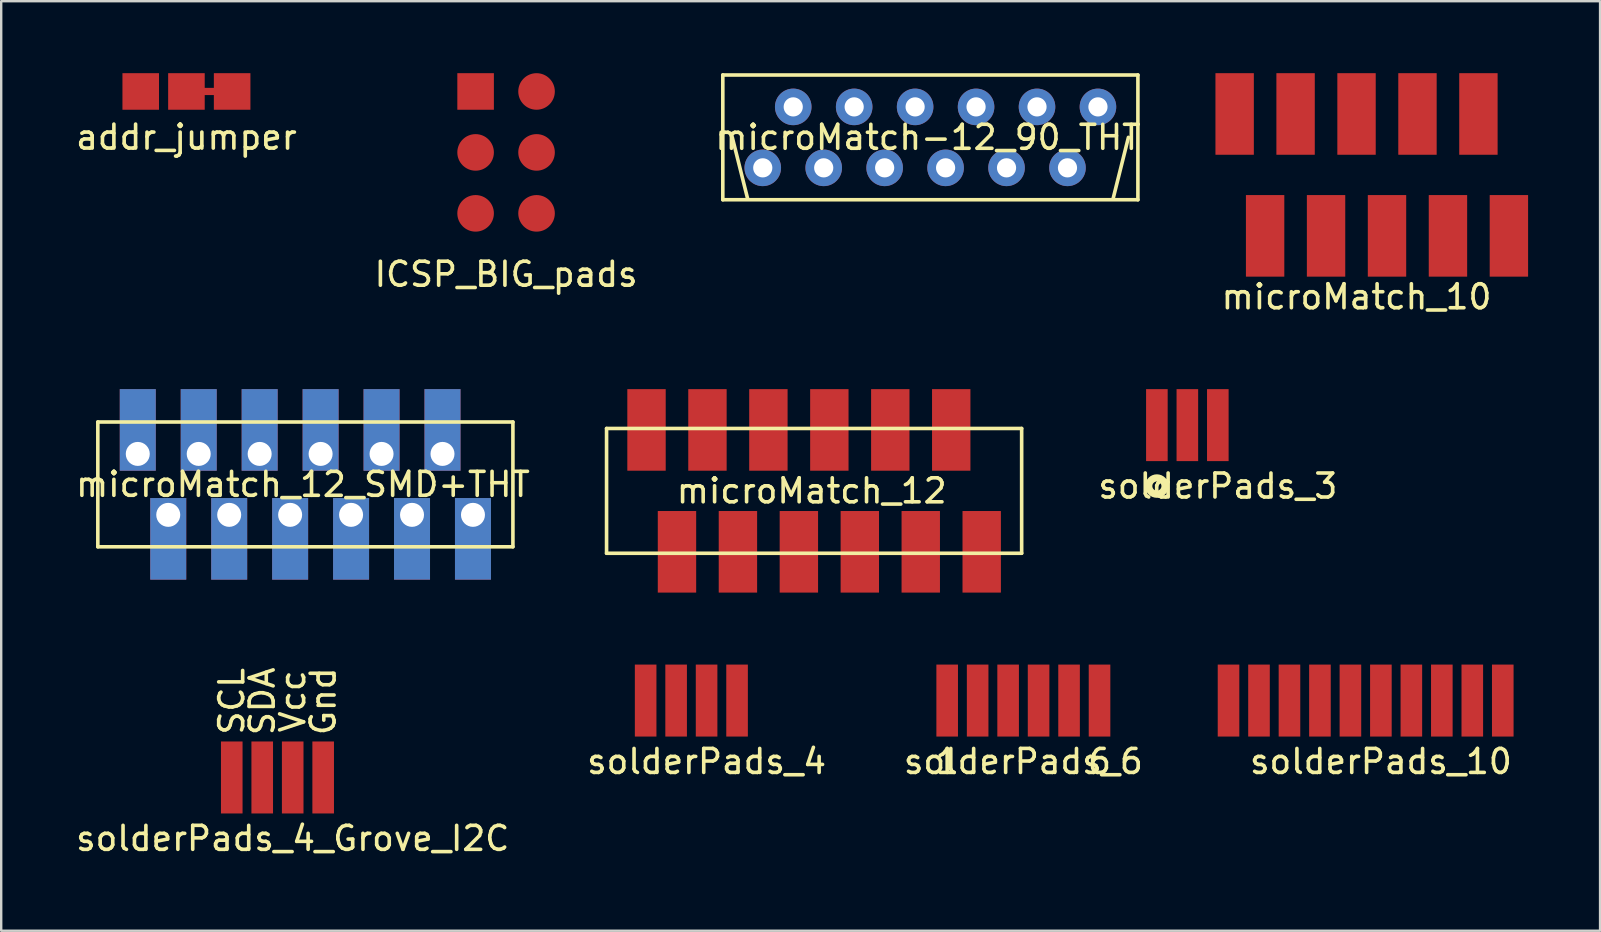
<source format=kicad_pcb>
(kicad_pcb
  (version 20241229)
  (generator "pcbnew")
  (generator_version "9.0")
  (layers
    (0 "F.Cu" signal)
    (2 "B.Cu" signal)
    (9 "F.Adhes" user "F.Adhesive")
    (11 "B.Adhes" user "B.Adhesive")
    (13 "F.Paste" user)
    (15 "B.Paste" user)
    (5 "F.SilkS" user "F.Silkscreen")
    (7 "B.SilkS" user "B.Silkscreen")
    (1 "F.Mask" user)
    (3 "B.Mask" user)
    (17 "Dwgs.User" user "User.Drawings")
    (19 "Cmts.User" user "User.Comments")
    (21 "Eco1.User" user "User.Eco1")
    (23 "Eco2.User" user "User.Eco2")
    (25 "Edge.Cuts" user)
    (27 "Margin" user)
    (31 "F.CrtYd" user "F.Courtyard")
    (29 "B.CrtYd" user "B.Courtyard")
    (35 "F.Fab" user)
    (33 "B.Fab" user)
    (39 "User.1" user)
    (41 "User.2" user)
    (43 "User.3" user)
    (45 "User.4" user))
  (footprint "microMatch_12"
    (layer "F.Cu")
    (at 30.88 17.408)
    (property "Reference" "microMatch_12" (at -0.1 0 0) (layer "F.SilkS") (effects (font (size 1 1) (thickness 0.15))))
    (attr through_hole)
    (fp_line (start -8.65 2.6) (end -8.65 -2.6) (stroke (width 0.15) (type solid)) (layer "F.SilkS"))
    (fp_line (start -8.65 2.6) (end 8.65 2.6) (stroke (width 0.15) (type solid)) (layer "F.SilkS"))
    (fp_line (start 8.65 -2.6) (end -8.65 -2.6) (stroke (width 0.15) (type solid)) (layer "F.SilkS"))
    (fp_line (start 8.65 -2.6) (end 8.65 2.6) (stroke (width 0.15) (type solid)) (layer "F.SilkS"))
    (pad "1" smd rect (at -6.985 -2.54) (size 1.6 3.4) (layers "F.Cu" "F.Mask" "F.Paste"))
    (pad "2" smd rect (at -5.715 2.54) (size 1.6 3.4) (layers "F.Cu" "F.Mask" "F.Paste"))
    (pad "3" smd rect (at -4.445 -2.54) (size 1.6 3.4) (layers "F.Cu" "F.Mask" "F.Paste"))
    (pad "4" smd rect (at -3.175 2.54) (size 1.6 3.4) (layers "F.Cu" "F.Mask" "F.Paste"))
    (pad "5" smd rect (at -1.905 -2.54) (size 1.6 3.4) (layers "F.Cu" "F.Mask" "F.Paste"))
    (pad "6" smd rect (at -0.635 2.54) (size 1.6 3.4) (layers "F.Cu" "F.Mask" "F.Paste"))
    (pad "7" smd rect (at 0.635 -2.54) (size 1.6 3.4) (layers "F.Cu" "F.Mask" "F.Paste"))
    (pad "8" smd rect (at 1.905 2.54) (size 1.6 3.4) (layers "F.Cu" "F.Mask" "F.Paste"))
    (pad "9" smd rect (at 3.175 -2.54) (size 1.6 3.4) (layers "F.Cu" "F.Mask" "F.Paste"))
    (pad "10" smd rect (at 4.445 2.54) (size 1.6 3.4) (layers "F.Cu" "F.Mask" "F.Paste"))
    (pad "11" smd rect (at 5.715 -2.54) (size 1.6 3.4) (layers "F.Cu" "F.Mask" "F.Paste"))
    (pad "12" smd rect (at 6.985 2.54) (size 1.6 3.4) (layers "F.Cu" "F.Mask" "F.Paste")))
  (footprint "microMatch-12_90_THT"
    (layer "F.Cu")
    (at 35.725 2.675)
    (property "Reference" "microMatch-12_90_THT" (at -0.1 0 0) (layer "F.SilkS") (effects (font (size 1 1) (thickness 0.15))))
    (attr through_hole)
    (fp_line (start -8.65 2.6) (end -8.65 -2.6) (stroke (width 0.15) (type solid)) (layer "F.SilkS"))
    (fp_line (start -8.65 2.6) (end 8.65 2.6) (stroke (width 0.15) (type solid)) (layer "F.SilkS"))
    (fp_line (start -8.255 0) (end -7.62 2.54) (stroke (width 0.15) (type solid)) (layer "F.SilkS"))
    (fp_line (start 8.255 0) (end 7.62 2.54) (stroke (width 0.15) (type solid)) (layer "F.SilkS"))
    (fp_line (start 8.65 -2.6) (end -8.65 -2.6) (stroke (width 0.15) (type solid)) (layer "F.SilkS"))
    (fp_line (start 8.65 -2.6) (end 8.65 2.6) (stroke (width 0.15) (type solid)) (layer "F.SilkS"))
    (pad "1" thru_hole circle (at -6.985 1.27) (size 1.524 1.524) (drill 0.8) (layers "*.Cu" "*.Mask"))
    (pad "2" thru_hole circle (at -5.715 -1.27) (size 1.524 1.524) (drill 0.8) (layers "*.Cu" "*.Mask"))
    (pad "3" thru_hole circle (at -4.445 1.27) (size 1.524 1.524) (drill 0.8) (layers "*.Cu" "*.Mask"))
    (pad "4" thru_hole circle (at -3.175 -1.27) (size 1.524 1.524) (drill 0.8) (layers "*.Cu" "*.Mask"))
    (pad "5" thru_hole circle (at -1.905 1.27) (size 1.524 1.524) (drill 0.8) (layers "*.Cu" "*.Mask"))
    (pad "6" thru_hole circle (at -0.635 -1.27) (size 1.524 1.524) (drill 0.8) (layers "*.Cu" "*.Mask"))
    (pad "7" thru_hole circle (at 0.635 1.27) (size 1.524 1.524) (drill 0.8) (layers "*.Cu" "*.Mask"))
    (pad "8" thru_hole circle (at 1.905 -1.27) (size 1.524 1.524) (drill 0.8) (layers "*.Cu" "*.Mask"))
    (pad "9" thru_hole circle (at 3.175 1.27) (size 1.524 1.524) (drill 0.8) (layers "*.Cu" "*.Mask"))
    (pad "10" thru_hole circle (at 4.445 -1.27) (size 1.524 1.524) (drill 0.8) (layers "*.Cu" "*.Mask"))
    (pad "11" thru_hole circle (at 5.715 1.27) (size 1.524 1.524) (drill 0.8) (layers "*.Cu" "*.Mask"))
    (pad "12" thru_hole circle (at 6.985 -1.27) (size 1.524 1.524) (drill 0.8) (layers "*.Cu" "*.Mask")))
  (footprint "microMatch_12_SMD+THT"
    (layer "F.Cu")
    (at 9.677 17.138)
    (property "Reference" "microMatch_12_SMD+THT" (at -0.1 0 0) (layer "F.SilkS") (effects (font (size 1 1) (thickness 0.15))))
    (attr through_hole)
    (fp_line (start -8.65 2.6) (end -8.65 -2.6) (stroke (width 0.15) (type solid)) (layer "F.SilkS"))
    (fp_line (start -8.65 2.6) (end 8.65 2.6) (stroke (width 0.15) (type solid)) (layer "F.SilkS"))
    (fp_line (start 8.65 -2.6) (end -8.65 -2.6) (stroke (width 0.15) (type solid)) (layer "F.SilkS"))
    (fp_line (start 8.65 -2.6) (end 8.65 2.6) (stroke (width 0.15) (type solid)) (layer "F.SilkS"))
    (pad "1" thru_hole rect (at -6.985 -1.27 180) (size 1.5 3.4) (drill 1 (offset 0 1)) (layers "*.Cu" "*.Mask"))
    (pad "2" thru_hole rect (at -5.715 1.27) (size 1.5 3.4) (drill 1 (offset 0 1)) (layers "*.Cu" "*.Mask"))
    (pad "3" thru_hole rect (at -4.445 -1.27 180) (size 1.5 3.4) (drill 1 (offset 0 1)) (layers "*.Cu" "*.Mask"))
    (pad "4" thru_hole rect (at -3.175 1.27) (size 1.5 3.4) (drill 1 (offset 0 1)) (layers "*.Cu" "*.Mask"))
    (pad "5" thru_hole rect (at -1.905 -1.27 180) (size 1.5 3.4) (drill 1 (offset 0 1)) (layers "*.Cu" "*.Mask"))
    (pad "6" thru_hole rect (at -0.635 1.27) (size 1.5 3.4) (drill 1 (offset 0 1)) (layers "*.Cu" "*.Mask"))
    (pad "7" thru_hole rect (at 0.635 -1.27 180) (size 1.5 3.4) (drill 1 (offset 0 1)) (layers "*.Cu" "*.Mask"))
    (pad "8" thru_hole rect (at 1.905 1.27) (size 1.5 3.4) (drill 1 (offset 0 1)) (layers "*.Cu" "*.Mask"))
    (pad "9" thru_hole rect (at 3.175 -1.27 180) (size 1.5 3.4) (drill 1 (offset 0 1)) (layers "*.Cu" "*.Mask"))
    (pad "10" thru_hole rect (at 4.445 1.27) (size 1.5 3.4) (drill 1 (offset 0 1)) (layers "*.Cu" "*.Mask"))
    (pad "11" thru_hole rect (at 5.715 -1.27 180) (size 1.5 3.4) (drill 1 (offset 0 1)) (layers "*.Cu" "*.Mask"))
    (pad "12" thru_hole rect (at 6.985 1.27) (size 1.5 3.4) (drill 1 (offset 0 1)) (layers "*.Cu" "*.Mask")))
  (footprint "solderPads_4"
    (layer "F.Cu")
    (at 25.764 26.148)
    (property "Reference" "solderPads_4" (at 0.635 2.54 0) (layer "F.SilkS") (effects (font (size 1 1) (thickness 0.15))))
    (attr through_hole)
    (pad "1" smd rect (at -1.905 0) (size 0.9 3) (layers "F.Cu" "F.Mask" "F.Paste"))
    (pad "2" smd rect (at -0.635 0) (size 0.9 3) (layers "F.Cu" "F.Mask" "F.Paste"))
    (pad "3" smd rect (at 0.635 0) (size 0.9 3) (layers "F.Cu" "F.Mask" "F.Paste"))
    (pad "4" smd rect (at 1.905 0) (size 0.9 3) (layers "F.Cu" "F.Mask" "F.Paste")))
  (footprint "solderPads_3"
    (layer "F.Cu")
    (at 46.436 14.668)
    (property "Reference" "solderPads_3" (at 1.27 2.54 0) (layer "F.SilkS") (effects (font (size 1 1) (thickness 0.15))))
    (attr through_hole)
    (fp_circle (center -1.27 2.54) (end -1.27 2.2) (stroke (width 0.3) (type solid)) (fill no) (layer "F.SilkS"))
    (pad "1" smd rect (at -1.27 0) (size 0.9 3) (layers "F.Cu" "F.Mask" "F.Paste"))
    (pad "2" smd rect (at 0 0) (size 0.9 3) (layers "F.Cu" "F.Mask" "F.Paste"))
    (pad "3" smd rect (at 1.27 0) (size 0.9 3) (layers "F.Cu" "F.Mask" "F.Paste")))
  (footprint "solderPads_4_Grove_I2C"
    (layer "F.Cu")
    (at 8.514 29.353)
    (property "Reference" "solderPads_4_Grove_I2C" (at 0.635 2.54 0) (layer "F.SilkS") (effects (font (size 1 1) (thickness 0.15))))
    (attr through_hole)
    (fp_text user "Vcc" (at 0.635 -3.175 90) (layer "F.SilkS") (effects (font (size 1 1) (thickness 0.15))))
    (fp_text user "SCL" (at -1.905 -3.175 90) (layer "F.SilkS") (effects (font (size 1 1) (thickness 0.15))))
    (fp_text user "Gnd" (at 1.905 -3.175 90) (layer "F.SilkS") (effects (font (size 1 1) (thickness 0.15))))
    (fp_text user "SDA" (at -0.635 -3.175 90) (layer "F.SilkS") (effects (font (size 1 1) (thickness 0.15))))
    (pad "1" smd rect (at -1.905 0) (size 0.9 3) (layers "F.Cu" "F.Mask" "F.Paste"))
    (pad "2" smd rect (at -0.635 0) (size 0.9 3) (layers "F.Cu" "F.Mask" "F.Paste"))
    (pad "3" smd rect (at 0.635 0) (size 0.9 3) (layers "F.Cu" "F.Mask" "F.Paste"))
    (pad "4" smd rect (at 1.905 0) (size 0.9 3) (layers "F.Cu" "F.Mask" "F.Paste")))
  (footprint "solderPads_10"
    (layer "F.Cu")
    (at 53.867 26.148)
    (property "Reference" "solderPads_10" (at 0.635 2.54 0) (layer "F.SilkS") (effects (font (size 1 1) (thickness 0.15))))
    (attr through_hole)
    (pad "1" smd rect (at -5.715 0) (size 0.9 3) (layers "F.Cu" "F.Mask" "F.Paste"))
    (pad "2" smd rect (at -4.445 0) (size 0.9 3) (layers "F.Cu" "F.Mask" "F.Paste"))
    (pad "3" smd rect (at -3.175 0) (size 0.9 3) (layers "F.Cu" "F.Mask" "F.Paste"))
    (pad "4" smd rect (at -1.905 0) (size 0.9 3) (layers "F.Cu" "F.Mask" "F.Paste"))
    (pad "5" smd rect (at -0.635 0) (size 0.9 3) (layers "F.Cu" "F.Mask" "F.Paste"))
    (pad "6" smd rect (at 0.635 0) (size 0.9 3) (layers "F.Cu" "F.Mask" "F.Paste"))
    (pad "7" smd rect (at 1.905 0) (size 0.9 3) (layers "F.Cu" "F.Mask" "F.Paste"))
    (pad "8" smd rect (at 3.175 0) (size 0.9 3) (layers "F.Cu" "F.Mask" "F.Paste"))
    (pad "9" smd rect (at 4.445 0) (size 0.9 3) (layers "F.Cu" "F.Mask" "F.Paste"))
    (pad "10" smd rect (at 5.715 0) (size 0.9 3) (layers "F.Cu" "F.Mask" "F.Paste")))
  (footprint "addr_jumper"
    (layer "F.Cu")
    (at 4.72 0.762)
    (property "Reference" "addr_jumper" (at 0 1.905 0) (layer "F.SilkS") (effects (font (size 1 1) (thickness 0.15))))
    (attr through_hole)
    (fp_line (start 0.635 0) (end 1.27 0) (stroke (width 0.3) (type solid)) (layer "F.Cu"))
    (pad "1" smd rect (at -1.905 0) (size 1.524 1.524) (layers "F.Cu" "F.Mask" "F.Paste"))
    (pad "2" smd rect (at 0 0) (size 1.524 1.524) (layers "F.Cu" "F.Mask" "F.Paste"))
    (pad "3" smd rect (at 1.905 0) (size 1.524 1.524) (layers "F.Cu" "F.Mask" "F.Paste")))
  (footprint "microMatch_10"
    (layer "F.Cu")
    (at 54.122 4.24)
    (property "Reference" "microMatch_10" (at -0.635 5.08 0) (layer "F.SilkS") (effects (font (size 1 1) (thickness 0.15))))
    (attr through_hole)
    (pad "1" smd rect (at -5.715 -2.54) (size 1.6 3.4) (layers "F.Cu" "F.Mask" "F.Paste"))
    (pad "2" smd rect (at -4.445 2.54) (size 1.6 3.4) (layers "F.Cu" "F.Mask" "F.Paste"))
    (pad "3" smd rect (at -3.175 -2.54) (size 1.6 3.4) (layers "F.Cu" "F.Mask" "F.Paste"))
    (pad "4" smd rect (at -1.905 2.54) (size 1.6 3.4) (layers "F.Cu" "F.Mask" "F.Paste"))
    (pad "5" smd rect (at -0.635 -2.54) (size 1.6 3.4) (layers "F.Cu" "F.Mask" "F.Paste"))
    (pad "6" smd rect (at 0.635 2.54) (size 1.6 3.4) (layers "F.Cu" "F.Mask" "F.Paste"))
    (pad "7" smd rect (at 1.905 -2.54) (size 1.6 3.4) (layers "F.Cu" "F.Mask" "F.Paste"))
    (pad "8" smd rect (at 3.175 2.54) (size 1.6 3.4) (layers "F.Cu" "F.Mask" "F.Paste"))
    (pad "9" smd rect (at 4.445 -2.54) (size 1.6 3.4) (layers "F.Cu" "F.Mask" "F.Paste"))
    (pad "10" smd rect (at 5.715 2.54) (size 1.6 3.4) (layers "F.Cu" "F.Mask" "F.Paste")))
  (footprint "ICSP_BIG_pads"
    (layer "F.Cu")
    (at 18.042 3.302)
    (property "Reference" "ICSP_BIG_pads" (at 0 5.08 0) (layer "F.SilkS") (effects (font (size 1 1) (thickness 0.15))))
    (attr through_hole)
    (pad "1" smd rect (at -1.27 -2.54) (size 1.524 1.524) (layers "F.Cu" "F.Mask" "F.Paste"))
    (pad "2" smd circle (at 1.27 -2.54) (size 1.524 1.524) (layers "F.Cu" "F.Mask" "F.Paste"))
    (pad "3" smd circle (at -1.27 0) (size 1.524 1.524) (layers "F.Cu" "F.Mask" "F.Paste"))
    (pad "4" smd circle (at 1.27 0) (size 1.524 1.524) (layers "F.Cu" "F.Mask" "F.Paste"))
    (pad "5" smd circle (at -1.27 2.54) (size 1.524 1.524) (layers "F.Cu" "F.Mask" "F.Paste"))
    (pad "6" smd circle (at 1.27 2.54) (size 1.524 1.524) (layers "F.Cu" "F.Mask" "F.Paste")))
  (footprint "solderPads_6"
    (layer "F.Cu")
    (at 39.601 26.148)
    (property "Reference" "solderPads_6" (at 0 2.54 0) (layer "F.SilkS") (effects (font (size 1 1) (thickness 0.15))))
    (attr through_hole)
    (fp_text user "1" (at -3.175 2.54 0) (layer "F.SilkS") (effects (font (size 1 1) (thickness 0.15))))
    (fp_text user "6" (at 3.175 2.54 0) (layer "F.SilkS") (effects (font (size 1 1) (thickness 0.15))))
    (pad "1" smd rect (at -3.175 0) (size 0.9 3) (layers "F.Cu" "F.Mask" "F.Paste"))
    (pad "2" smd rect (at -1.905 0) (size 0.9 3) (layers "F.Cu" "F.Mask" "F.Paste"))
    (pad "3" smd rect (at -0.635 0) (size 0.9 3) (layers "F.Cu" "F.Mask" "F.Paste"))
    (pad "4" smd rect (at 0.635 0) (size 0.9 3) (layers "F.Cu" "F.Mask" "F.Paste"))
    (pad "5" smd rect (at 1.905 0) (size 0.9 3) (layers "F.Cu" "F.Mask" "F.Paste"))
    (pad "6" smd rect (at 3.175 0) (size 0.9 3) (layers "F.Cu" "F.Mask" "F.Paste")))
  (gr_rect
    (start -3 -3)
    (end 63.637 35.741)
    (stroke (width 0.1) (type default))
    (fill no)
    (layer "Edge.Cuts")))
</source>
